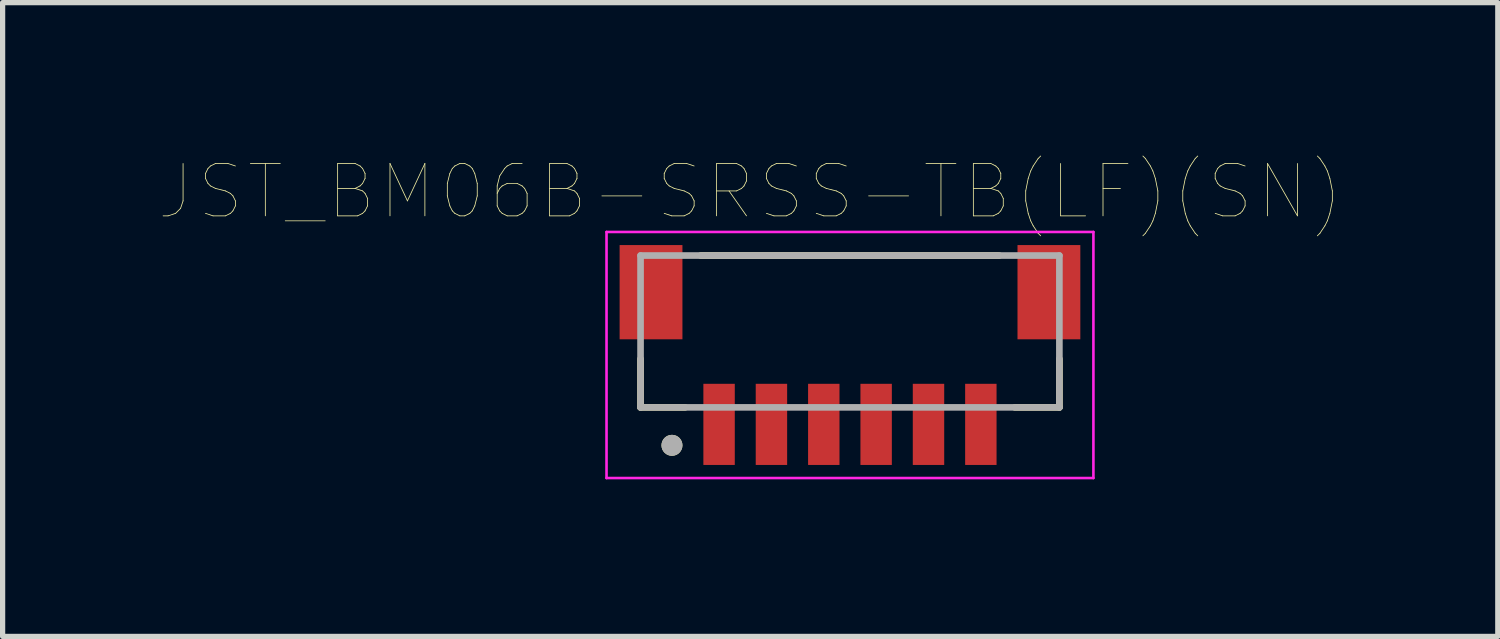
<source format=kicad_pcb>
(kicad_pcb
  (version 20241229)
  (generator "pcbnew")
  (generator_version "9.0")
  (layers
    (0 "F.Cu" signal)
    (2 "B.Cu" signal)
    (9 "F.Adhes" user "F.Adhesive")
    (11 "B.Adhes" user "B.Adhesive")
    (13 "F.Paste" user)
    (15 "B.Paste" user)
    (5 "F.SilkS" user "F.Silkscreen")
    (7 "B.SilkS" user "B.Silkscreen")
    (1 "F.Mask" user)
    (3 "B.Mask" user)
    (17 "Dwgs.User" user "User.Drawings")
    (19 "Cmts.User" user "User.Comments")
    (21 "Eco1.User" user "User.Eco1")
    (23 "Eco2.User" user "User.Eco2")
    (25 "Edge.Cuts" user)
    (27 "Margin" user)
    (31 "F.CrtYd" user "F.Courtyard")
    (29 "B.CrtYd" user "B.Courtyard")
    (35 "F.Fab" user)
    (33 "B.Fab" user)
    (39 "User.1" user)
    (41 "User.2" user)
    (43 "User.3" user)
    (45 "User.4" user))
  (footprint "JST_BM06B-SRSS-TB(LF)(SN)"
    (layer "F.Cu")
    (at 13.185 3.281)
    (property "Reference" "JST_BM06B-SRSS-TB(LF)(SN)" (at -1.905 -2.67 0) (layer "F.SilkS") (effects (font (size 1 1) (thickness 0.015))))
    (attr through_hole)
    (fp_line (start -4 0.525) (end -4 1.45) (stroke (width 0.127) (type solid)) (layer "F.SilkS"))
    (fp_line (start -4 1.45) (end -3.15 1.45) (stroke (width 0.127) (type solid)) (layer "F.SilkS"))
    (fp_line (start -2.85 -1.45) (end 2.85 -1.45) (stroke (width 0.127) (type solid)) (layer "F.SilkS"))
    (fp_line (start 4 0.525) (end 4 1.45) (stroke (width 0.127) (type solid)) (layer "F.SilkS"))
    (fp_line (start 4 1.45) (end 3.15 1.45) (stroke (width 0.127) (type solid)) (layer "F.SilkS"))
    (fp_circle (center -3.4 2.175) (end -3.3 2.175) (stroke (width 0.2) (type solid)) (fill no) (layer "F.SilkS"))
    (fp_line (start -4.65 -1.9) (end 4.65 -1.9) (stroke (width 0.05) (type solid)) (layer "F.CrtYd"))
    (fp_line (start -4.65 2.8) (end -4.65 -1.9) (stroke (width 0.05) (type solid)) (layer "F.CrtYd"))
    (fp_line (start 4.65 -1.9) (end 4.65 2.8) (stroke (width 0.05) (type solid)) (layer "F.CrtYd"))
    (fp_line (start 4.65 2.8) (end -4.65 2.8) (stroke (width 0.05) (type solid)) (layer "F.CrtYd"))
    (fp_line (start -4 -1.45) (end 4 -1.45) (stroke (width 0.127) (type solid)) (layer "F.Fab"))
    (fp_line (start -4 1.45) (end -4 -1.45) (stroke (width 0.127) (type solid)) (layer "F.Fab"))
    (fp_line (start 4 -1.45) (end 4 1.45) (stroke (width 0.127) (type solid)) (layer "F.Fab"))
    (fp_line (start 4 1.45) (end -4 1.45) (stroke (width 0.127) (type solid)) (layer "F.Fab"))
    (fp_circle (center -3.4 2.175) (end -3.3 2.175) (stroke (width 0.2) (type solid)) (fill no) (layer "F.Fab"))
    (pad "1" smd rect (at -2.5 1.775) (size 0.6 1.55) (layers "F.Cu" "F.Mask" "F.Paste"))
    (pad "2" smd rect (at -1.5 1.775) (size 0.6 1.55) (layers "F.Cu" "F.Mask" "F.Paste"))
    (pad "3" smd rect (at -0.5 1.775) (size 0.6 1.55) (layers "F.Cu" "F.Mask" "F.Paste"))
    (pad "4" smd rect (at 0.5 1.775) (size 0.6 1.55) (layers "F.Cu" "F.Mask" "F.Paste"))
    (pad "5" smd rect (at 1.5 1.775) (size 0.6 1.55) (layers "F.Cu" "F.Mask" "F.Paste"))
    (pad "6" smd rect (at 2.5 1.775) (size 0.6 1.55) (layers "F.Cu" "F.Mask" "F.Paste"))
    (pad "S1" smd rect (at -3.8 -0.75) (size 1.2 1.8) (layers "F.Cu" "F.Mask" "F.Paste"))
    (pad "S2" smd rect (at 3.8 -0.75) (size 1.2 1.8) (layers "F.Cu" "F.Mask" "F.Paste")))
  (gr_rect
    (start -3 -3)
    (end 25.559 9.106)
    (stroke (width 0.1) (type default))
    (fill no)
    (layer "Edge.Cuts")))
</source>
